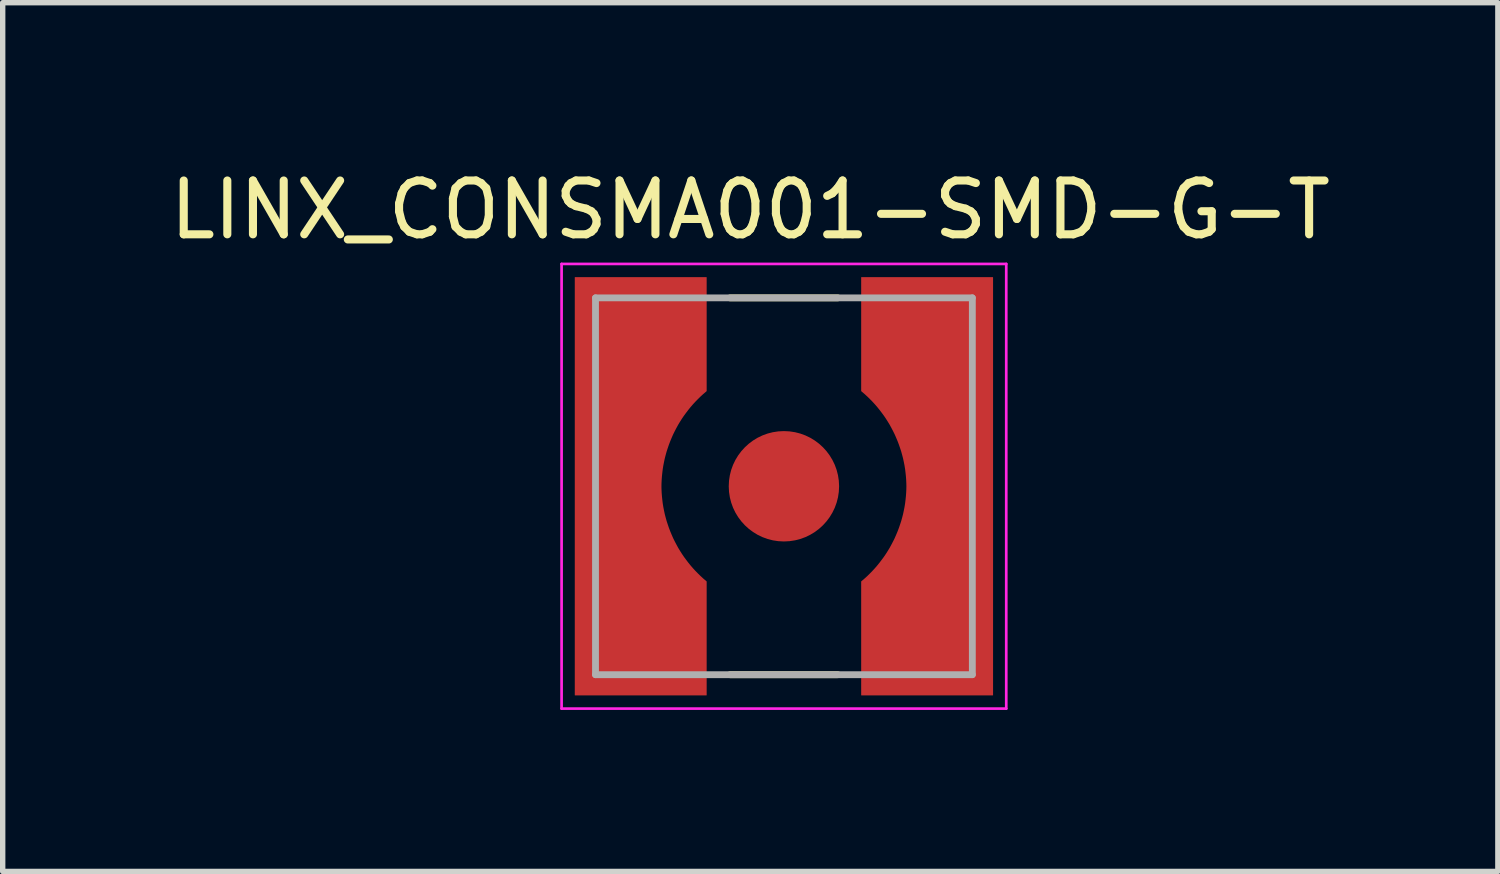
<source format=kicad_pcb>
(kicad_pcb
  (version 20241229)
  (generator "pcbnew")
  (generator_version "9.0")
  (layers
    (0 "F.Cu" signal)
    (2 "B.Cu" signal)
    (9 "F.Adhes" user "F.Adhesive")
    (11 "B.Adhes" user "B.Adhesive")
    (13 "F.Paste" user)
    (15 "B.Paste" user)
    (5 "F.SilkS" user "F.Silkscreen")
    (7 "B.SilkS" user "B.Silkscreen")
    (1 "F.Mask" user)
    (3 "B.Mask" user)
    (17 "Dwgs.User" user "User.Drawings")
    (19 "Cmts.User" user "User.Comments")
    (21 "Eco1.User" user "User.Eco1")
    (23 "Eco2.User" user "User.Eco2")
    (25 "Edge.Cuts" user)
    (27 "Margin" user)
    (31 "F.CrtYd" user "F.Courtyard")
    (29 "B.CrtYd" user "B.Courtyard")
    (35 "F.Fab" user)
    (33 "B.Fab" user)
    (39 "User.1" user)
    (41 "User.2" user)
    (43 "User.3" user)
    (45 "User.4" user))
  (footprint "LINX_CONSMA001-SMD-G-T"
    (layer "F.Cu")
    (at 11.512 5.983)
    (property "Reference" "LINX_CONSMA001-SMD-G-T" (at -0.625 -5.135 0) (layer "F.SilkS") (effects (font (size 1 1) (thickness 0.15))))
    (attr through_hole)
    (fp_poly (pts (xy -1.34 -3.98) (xy -3.98 -3.98) (xy -3.98 3.98) (xy -1.34 3.98) (xy -1.34 1.72) (xy -1.381 1.687) (xy -1.43 1.645) (xy -1.478 1.602) (xy -1.524 1.557) (xy -1.569 1.511) (xy -1.613 1.464) (xy -1.655 1.416) (xy -1.696 1.366) (xy -1.736 1.315) (xy -1.774 1.263) (xy -1.81 1.21) (xy -1.845 1.156) (xy -1.878 1.101) (xy -1.91 1.045) (xy -1.94 0.988) (xy -1.968 0.931) (xy -1.995 0.872) (xy -2.02 0.813) (xy -2.043 0.753) (xy -2.065 0.692) (xy -2.084 0.631) (xy -2.102 0.569) (xy -2.118 0.507) (xy -2.133 0.444) (xy -2.145 0.381) (xy -2.156 0.318) (xy -2.164 0.254) (xy -2.171 0.19) (xy -2.176 0.126) (xy -2.18 0.05) (xy -2.179 -0.028) (xy -2.176 -0.097) (xy -2.171 -0.166) (xy -2.164 -0.235) (xy -2.155 -0.303) (xy -2.144 -0.371) (xy -2.131 -0.439) (xy -2.116 -0.506) (xy -2.099 -0.573) (xy -2.08 -0.639) (xy -2.06 -0.705) (xy -2.037 -0.77) (xy -2.012 -0.835) (xy -1.986 -0.899) (xy -1.958 -0.962) (xy -1.928 -1.024) (xy -1.896 -1.085) (xy -1.862 -1.145) (xy -1.827 -1.204) (xy -1.79 -1.262) (xy -1.751 -1.32) (xy -1.711 -1.375) (xy -1.669 -1.43) (xy -1.625 -1.484) (xy -1.58 -1.536) (xy -1.533 -1.587) (xy -1.485 -1.636) (xy -1.436 -1.684) (xy -1.385 -1.731) (xy -1.34 -1.77) (xy -1.34 -3.98)) (stroke (width 0.01) (type solid)) (fill yes) (layer "F.Mask"))
    (fp_poly (pts (xy 1.34 -3.98) (xy 3.98 -3.98) (xy 3.98 3.98) (xy 1.34 3.98) (xy 1.34 1.72) (xy 1.391 1.677) (xy 1.441 1.633) (xy 1.489 1.588) (xy 1.536 1.542) (xy 1.581 1.494) (xy 1.625 1.445) (xy 1.667 1.395) (xy 1.708 1.343) (xy 1.748 1.29) (xy 1.786 1.237) (xy 1.822 1.182) (xy 1.857 1.126) (xy 1.89 1.069) (xy 1.921 1.011) (xy 1.951 0.952) (xy 1.979 0.892) (xy 2.005 0.832) (xy 2.03 0.771) (xy 2.053 0.709) (xy 2.074 0.647) (xy 2.093 0.584) (xy 2.11 0.52) (xy 2.125 0.456) (xy 2.139 0.391) (xy 2.15 0.327) (xy 2.16 0.261) (xy 2.168 0.196) (xy 2.174 0.13) (xy 2.178 0.065) (xy 2.18 0) (xy 2.179 -0.052) (xy 2.176 -0.119) (xy 2.171 -0.186) (xy 2.164 -0.253) (xy 2.156 -0.32) (xy 2.145 -0.387) (xy 2.132 -0.453) (xy 2.118 -0.519) (xy 2.101 -0.584) (xy 2.083 -0.649) (xy 2.062 -0.713) (xy 2.04 -0.777) (xy 2.016 -0.84) (xy 1.99 -0.902) (xy 1.963 -0.964) (xy 1.933 -1.025) (xy 1.902 -1.084) (xy 1.87 -1.143) (xy 1.835 -1.201) (xy 1.799 -1.258) (xy 1.761 -1.314) (xy 1.721 -1.368) (xy 1.68 -1.422) (xy 1.638 -1.474) (xy 1.594 -1.525) (xy 1.548 -1.575) (xy 1.501 -1.623) (xy 1.453 -1.67) (xy 1.403 -1.716) (xy 1.34 -1.77) (xy 1.34 -3.98)) (stroke (width 0.01) (type solid)) (fill yes) (layer "F.Mask"))
    (fp_line (start -1 -3.5) (end 1 -3.5) (stroke (width 0.127) (type solid)) (layer "F.SilkS"))
    (fp_line (start -1 3.5) (end 1 3.5) (stroke (width 0.127) (type solid)) (layer "F.SilkS"))
    (fp_poly (pts (xy -1.44 -3.88) (xy -3.88 -3.88) (xy -3.88 3.88) (xy -1.44 3.88) (xy -1.44 1.77) (xy -1.503 1.716) (xy -1.553 1.67) (xy -1.601 1.623) (xy -1.648 1.575) (xy -1.694 1.525) (xy -1.738 1.474) (xy -1.78 1.422) (xy -1.821 1.368) (xy -1.861 1.314) (xy -1.899 1.258) (xy -1.935 1.201) (xy -1.97 1.143) (xy -2.002 1.084) (xy -2.033 1.025) (xy -2.063 0.964) (xy -2.09 0.902) (xy -2.116 0.84) (xy -2.14 0.777) (xy -2.162 0.713) (xy -2.183 0.649) (xy -2.201 0.584) (xy -2.218 0.519) (xy -2.232 0.453) (xy -2.245 0.387) (xy -2.256 0.32) (xy -2.264 0.253) (xy -2.271 0.186) (xy -2.276 0.119) (xy -2.279 0.052) (xy -2.28 0) (xy -2.279 -0.052) (xy -2.276 -0.119) (xy -2.271 -0.186) (xy -2.264 -0.253) (xy -2.256 -0.32) (xy -2.245 -0.387) (xy -2.232 -0.453) (xy -2.218 -0.519) (xy -2.201 -0.584) (xy -2.183 -0.649) (xy -2.162 -0.713) (xy -2.14 -0.777) (xy -2.116 -0.84) (xy -2.09 -0.902) (xy -2.063 -0.964) (xy -2.033 -1.025) (xy -2.002 -1.084) (xy -1.97 -1.143) (xy -1.935 -1.201) (xy -1.899 -1.258) (xy -1.861 -1.314) (xy -1.821 -1.368) (xy -1.78 -1.422) (xy -1.738 -1.474) (xy -1.694 -1.525) (xy -1.648 -1.575) (xy -1.601 -1.623) (xy -1.553 -1.67) (xy -1.503 -1.716) (xy -1.44 -1.77) (xy -1.44 -3.88)) (stroke (width 0.01) (type solid)) (fill yes) (layer "F.Paste"))
    (fp_poly (pts (xy 1.44 -3.88) (xy 3.88 -3.88) (xy 3.88 3.88) (xy 1.44 3.88) (xy 1.44 1.77) (xy 1.503 1.716) (xy 1.553 1.67) (xy 1.601 1.623) (xy 1.648 1.575) (xy 1.694 1.525) (xy 1.738 1.474) (xy 1.78 1.422) (xy 1.821 1.368) (xy 1.861 1.314) (xy 1.899 1.258) (xy 1.935 1.201) (xy 1.97 1.143) (xy 2.002 1.084) (xy 2.033 1.025) (xy 2.063 0.964) (xy 2.09 0.902) (xy 2.116 0.84) (xy 2.14 0.777) (xy 2.162 0.713) (xy 2.183 0.649) (xy 2.201 0.584) (xy 2.218 0.519) (xy 2.232 0.453) (xy 2.245 0.387) (xy 2.256 0.32) (xy 2.264 0.253) (xy 2.271 0.186) (xy 2.276 0.119) (xy 2.279 0.052) (xy 2.28 0) (xy 2.279 -0.052) (xy 2.276 -0.119) (xy 2.271 -0.186) (xy 2.264 -0.253) (xy 2.256 -0.32) (xy 2.245 -0.387) (xy 2.232 -0.453) (xy 2.218 -0.519) (xy 2.201 -0.584) (xy 2.183 -0.649) (xy 2.162 -0.713) (xy 2.14 -0.777) (xy 2.116 -0.84) (xy 2.09 -0.902) (xy 2.063 -0.964) (xy 2.033 -1.025) (xy 2.002 -1.084) (xy 1.97 -1.143) (xy 1.935 -1.201) (xy 1.899 -1.258) (xy 1.861 -1.314) (xy 1.821 -1.368) (xy 1.78 -1.422) (xy 1.738 -1.474) (xy 1.694 -1.525) (xy 1.648 -1.575) (xy 1.601 -1.623) (xy 1.553 -1.67) (xy 1.503 -1.716) (xy 1.44 -1.77) (xy 1.44 -3.88)) (stroke (width 0.01) (type solid)) (fill yes) (layer "F.Paste"))
    (fp_line (start -4.13 -4.13) (end 4.13 -4.13) (stroke (width 0.05) (type solid)) (layer "F.CrtYd"))
    (fp_line (start -4.13 4.13) (end -4.13 -4.13) (stroke (width 0.05) (type solid)) (layer "F.CrtYd"))
    (fp_line (start 4.13 -4.13) (end 4.13 4.13) (stroke (width 0.05) (type solid)) (layer "F.CrtYd"))
    (fp_line (start 4.13 4.13) (end -4.13 4.13) (stroke (width 0.05) (type solid)) (layer "F.CrtYd"))
    (fp_line (start -3.5 -3.5) (end 3.5 -3.5) (stroke (width 0.127) (type solid)) (layer "F.Fab"))
    (fp_line (start -3.5 3.5) (end -3.5 -3.5) (stroke (width 0.127) (type solid)) (layer "F.Fab"))
    (fp_line (start 3.5 -3.5) (end 3.5 3.5) (stroke (width 0.127) (type solid)) (layer "F.Fab"))
    (fp_line (start 3.5 3.5) (end -3.5 3.5) (stroke (width 0.127) (type solid)) (layer "F.Fab"))
    (pad "1" smd circle (at 0 0) (size 2.05 2.05) (layers "F.Cu" "F.Mask" "F.Paste"))
    (pad "S1" smd custom (at -3.1 0) (size 1 1) (layers "F.Cu") (options (anchor rect)) (primitives (gr_poly (pts (xy 1.66 -3.88) (xy -0.78 -3.88) (xy -0.78 3.88) (xy 1.66 3.88) (xy 1.66 1.77) (xy 1.597 1.716) (xy 1.547 1.67) (xy 1.499 1.623) (xy 1.452 1.575) (xy 1.406 1.525) (xy 1.362 1.474) (xy 1.32 1.422) (xy 1.279 1.368) (xy 1.239 1.314) (xy 1.201 1.258) (xy 1.165 1.201) (xy 1.13 1.143) (xy 1.098 1.084) (xy 1.067 1.025) (xy 1.037 0.964) (xy 1.01 0.902) (xy 0.984 0.84) (xy 0.96 0.777) (xy 0.938 0.713) (xy 0.917 0.649) (xy 0.899 0.584) (xy 0.882 0.519) (xy 0.868 0.453) (xy 0.855 0.387) (xy 0.844 0.32) (xy 0.836 0.253) (xy 0.829 0.186) (xy 0.824 0.119) (xy 0.821 0.052) (xy 0.82 0) (xy 0.821 -0.052) (xy 0.824 -0.119) (xy 0.829 -0.186) (xy 0.836 -0.253) (xy 0.844 -0.32) (xy 0.855 -0.387) (xy 0.868 -0.453) (xy 0.882 -0.519) (xy 0.899 -0.584) (xy 0.917 -0.649) (xy 0.938 -0.713) (xy 0.96 -0.777) (xy 0.984 -0.84) (xy 1.01 -0.902) (xy 1.037 -0.964) (xy 1.067 -1.025) (xy 1.098 -1.084) (xy 1.13 -1.143) (xy 1.165 -1.201) (xy 1.201 -1.258) (xy 1.239 -1.314) (xy 1.279 -1.368) (xy 1.32 -1.422) (xy 1.362 -1.474) (xy 1.406 -1.525) (xy 1.452 -1.575) (xy 1.499 -1.623) (xy 1.547 -1.67) (xy 1.597 -1.716) (xy 1.66 -1.77) (xy 1.66 -3.88)) (width 0.01) (fill yes))))
    (pad "S2" smd custom (at 3.1 0) (size 1 1) (layers "F.Cu") (options (anchor rect)) (primitives (gr_poly (pts (xy -1.66 -3.88) (xy 0.78 -3.88) (xy 0.78 3.88) (xy -1.66 3.88) (xy -1.66 1.77) (xy -1.597 1.716) (xy -1.547 1.67) (xy -1.499 1.623) (xy -1.452 1.575) (xy -1.406 1.525) (xy -1.362 1.474) (xy -1.32 1.422) (xy -1.279 1.368) (xy -1.239 1.314) (xy -1.201 1.258) (xy -1.165 1.201) (xy -1.13 1.143) (xy -1.098 1.084) (xy -1.067 1.025) (xy -1.037 0.964) (xy -1.01 0.902) (xy -0.984 0.84) (xy -0.96 0.777) (xy -0.938 0.713) (xy -0.917 0.649) (xy -0.899 0.584) (xy -0.882 0.519) (xy -0.868 0.453) (xy -0.855 0.387) (xy -0.844 0.32) (xy -0.836 0.253) (xy -0.829 0.186) (xy -0.824 0.119) (xy -0.821 0.052) (xy -0.82 0) (xy -0.821 -0.052) (xy -0.824 -0.119) (xy -0.829 -0.186) (xy -0.836 -0.253) (xy -0.844 -0.32) (xy -0.855 -0.387) (xy -0.868 -0.453) (xy -0.882 -0.519) (xy -0.899 -0.584) (xy -0.917 -0.649) (xy -0.938 -0.713) (xy -0.96 -0.777) (xy -0.984 -0.84) (xy -1.01 -0.902) (xy -1.037 -0.964) (xy -1.067 -1.025) (xy -1.098 -1.084) (xy -1.13 -1.143) (xy -1.165 -1.201) (xy -1.201 -1.258) (xy -1.239 -1.314) (xy -1.279 -1.368) (xy -1.32 -1.422) (xy -1.362 -1.474) (xy -1.406 -1.525) (xy -1.452 -1.575) (xy -1.499 -1.623) (xy -1.547 -1.67) (xy -1.597 -1.716) (xy -1.66 -1.77) (xy -1.66 -2.35) (xy -1.66 -3.88)) (width 0.01) (fill yes)))))
  (gr_rect
    (start -3 -3)
    (end 24.774 13.138)
    (stroke (width 0.1) (type default))
    (fill no)
    (layer "Edge.Cuts")))
</source>
